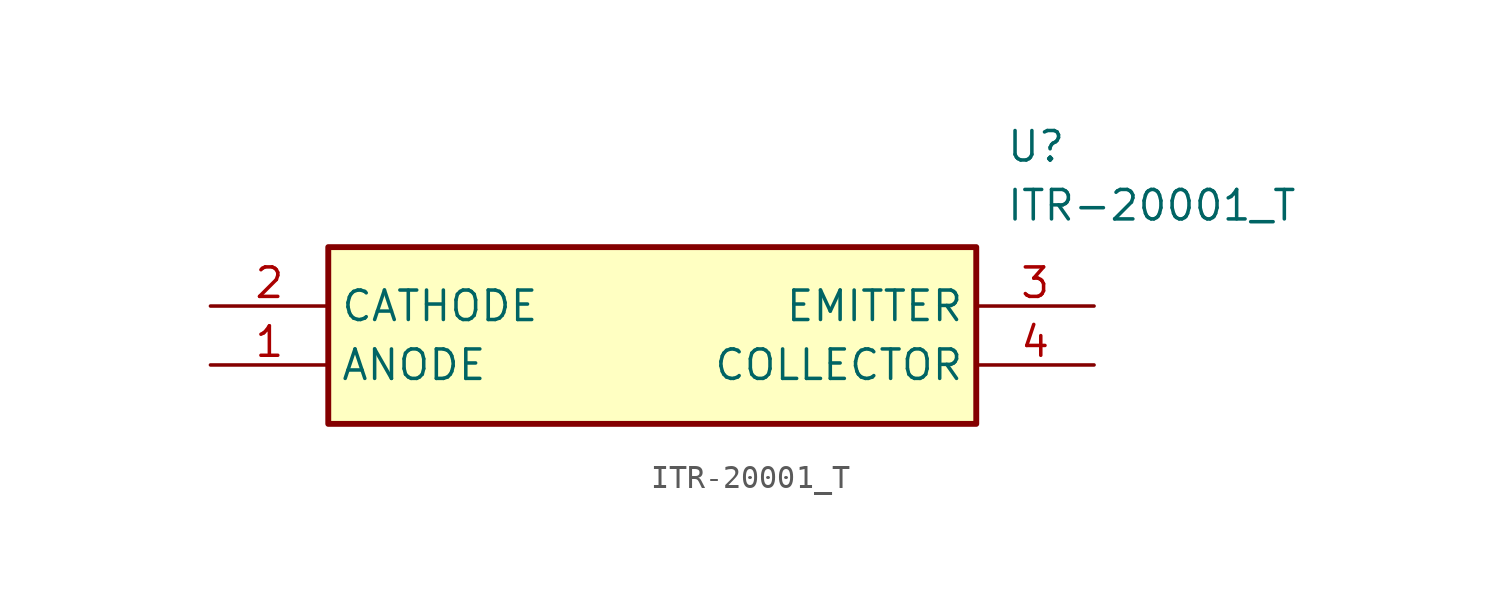
<source format=kicad_sym>
(kicad_symbol_lib
  (version 20211014)
  (generator SamacSys_ECAD_Model)
  (symbol "ITR-20001_T"
    (property "Reference" "U"
      (at 34.29 7.62 0)
      (effects (font (size 1.27 1.27)) (justify left top)))
    (property "Value" "ITR-20001_T"
      (at 34.29 5.08 0)
      (effects (font (size 1.27 1.27)) (justify left top)))
    (rectangle
      (start 5.08 2.54)
      (end 33.02 -5.08)
      (stroke (width 0.254) (type default))
      (fill (type background)))
    (pin passive line
      (at 0 -2.54 0)
      (length 5.08)
      (name "ANODE" (effects (font (size 1.27 1.27))))
      (number "1" (effects (font (size 1.27 1.27)))))
    (pin passive line
      (at 0 0 0)
      (length 5.08)
      (name "CATHODE" (effects (font (size 1.27 1.27))))
      (number "2" (effects (font (size 1.27 1.27)))))
    (pin passive line
      (at 38.1 0 180)
      (length 5.08)
      (name "EMITTER" (effects (font (size 1.27 1.27))))
      (number "3" (effects (font (size 1.27 1.27)))))
    (pin passive line
      (at 38.1 -2.54 180)
      (length 5.08)
      (name "COLLECTOR" (effects (font (size 1.27 1.27))))
      (number "4" (effects (font (size 1.27 1.27)))))))
</source>
